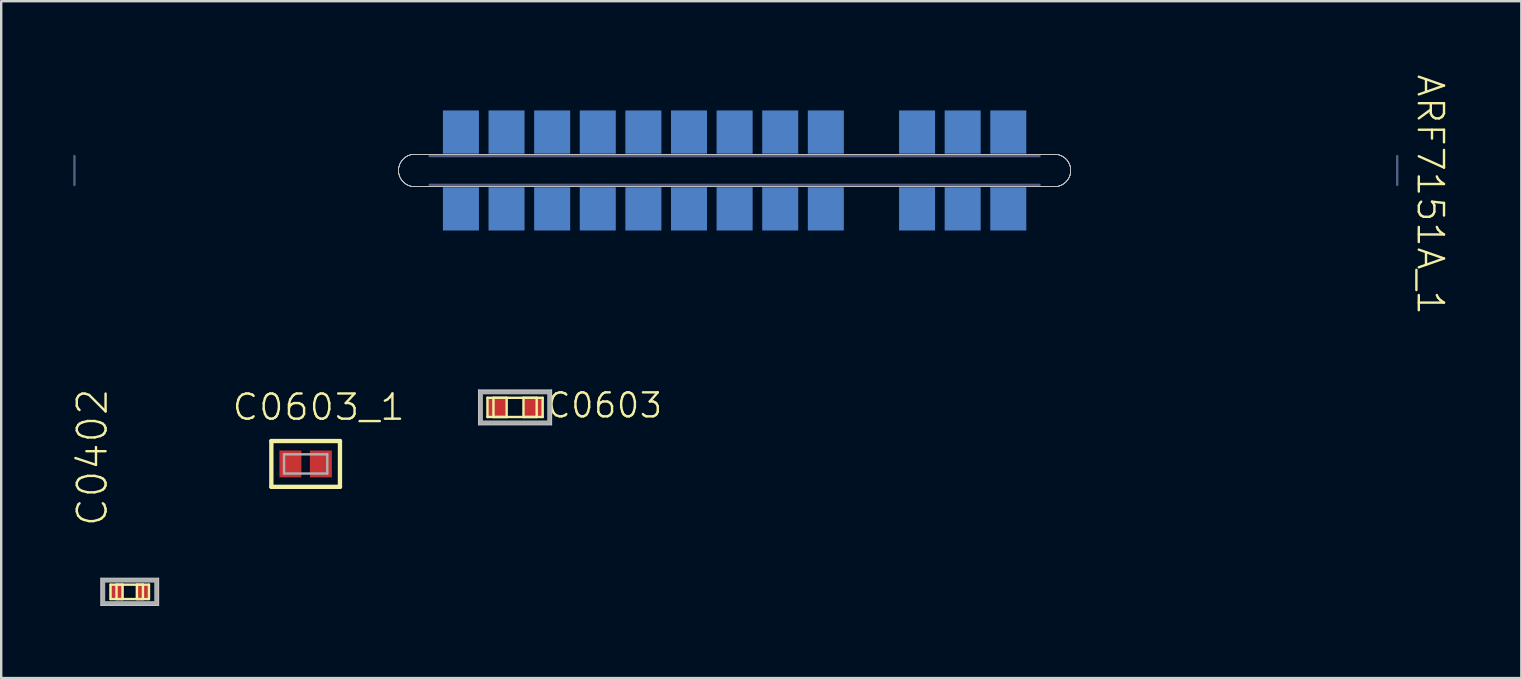
<source format=kicad_pcb>
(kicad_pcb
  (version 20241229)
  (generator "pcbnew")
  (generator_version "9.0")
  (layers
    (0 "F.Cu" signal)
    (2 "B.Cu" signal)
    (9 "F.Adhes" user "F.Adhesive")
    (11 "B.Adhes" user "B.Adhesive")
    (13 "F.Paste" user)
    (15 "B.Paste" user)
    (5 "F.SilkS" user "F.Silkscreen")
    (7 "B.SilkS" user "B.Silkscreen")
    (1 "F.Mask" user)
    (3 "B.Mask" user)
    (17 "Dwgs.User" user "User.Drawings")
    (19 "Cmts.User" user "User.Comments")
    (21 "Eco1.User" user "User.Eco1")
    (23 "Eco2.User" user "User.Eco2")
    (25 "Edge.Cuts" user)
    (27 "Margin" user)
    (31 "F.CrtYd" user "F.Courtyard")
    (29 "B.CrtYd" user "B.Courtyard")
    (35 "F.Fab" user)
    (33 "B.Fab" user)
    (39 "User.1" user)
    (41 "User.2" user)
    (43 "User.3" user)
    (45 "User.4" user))
  (footprint "C0603"
    (placed yes)
    (layer "F.Cu")
    (at 18.405 13.92)
    (property "Reference" "C0603" (at 1.259 0.5 0) (layer "F.SilkS") (effects (font (size 1 1) (thickness 0.1)) (justify left bottom)))
    (attr through_hole)
    (fp_line (start -1.15 -0.4) (end -1.15 0.4) (stroke (width 0.1) (type solid)) (layer "F.SilkS"))
    (fp_line (start -1.15 0.4) (end -0.35 0.4) (stroke (width 0.1) (type solid)) (layer "F.SilkS"))
    (fp_line (start -0.9 -0.4) (end -0.9 0.4) (stroke (width 0.1) (type solid)) (layer "F.SilkS"))
    (fp_line (start -0.9 0.4) (end 0.9 0.4) (stroke (width 0.1) (type solid)) (layer "F.SilkS"))
    (fp_line (start -0.35 -0.4) (end -1.15 -0.4) (stroke (width 0.1) (type solid)) (layer "F.SilkS"))
    (fp_line (start -0.35 0.4) (end -0.35 -0.4) (stroke (width 0.1) (type solid)) (layer "F.SilkS"))
    (fp_line (start 0.35 -0.4) (end 0.35 0.4) (stroke (width 0.1) (type solid)) (layer "F.SilkS"))
    (fp_line (start 0.35 0.4) (end 1.15 0.4) (stroke (width 0.1) (type solid)) (layer "F.SilkS"))
    (fp_line (start 0.9 -0.4) (end -0.9 -0.4) (stroke (width 0.1) (type solid)) (layer "F.SilkS"))
    (fp_line (start 0.9 0.4) (end 0.9 -0.4) (stroke (width 0.1) (type solid)) (layer "F.SilkS"))
    (fp_line (start 1.15 -0.4) (end 0.35 -0.4) (stroke (width 0.1) (type solid)) (layer "F.SilkS"))
    (fp_line (start 1.15 0.4) (end 1.15 -0.4) (stroke (width 0.1) (type solid)) (layer "F.SilkS"))
    (fp_line (start -1.519 -0.725) (end 1.519 -0.725) (stroke (width 0.05) (type solid)) (layer "Dwgs.User"))
    (fp_line (start -1.519 0.725) (end -1.519 -0.725) (stroke (width 0.05) (type solid)) (layer "Dwgs.User"))
    (fp_line (start 1.519 -0.725) (end 1.519 0.725) (stroke (width 0.05) (type solid)) (layer "Dwgs.User"))
    (fp_line (start 1.519 0.725) (end -1.519 0.725) (stroke (width 0.05) (type solid)) (layer "Dwgs.User"))
    (fp_line (start -1.429 -0.635) (end -1.429 0.635) (stroke (width 0.18) (type solid)) (layer "F.Fab"))
    (fp_line (start -1.429 0.635) (end 1.429 0.635) (stroke (width 0.18) (type solid)) (layer "F.Fab"))
    (fp_line (start 1.429 -0.635) (end -1.429 -0.635) (stroke (width 0.18) (type solid)) (layer "F.Fab"))
    (fp_line (start 1.429 0.635) (end 1.429 -0.635) (stroke (width 0.18) (type solid)) (layer "F.Fab"))
    (fp_poly (pts (xy 1.429 -0.635) (xy 1.429 0.635) (xy -1.429 0.635) (xy -1.429 -0.635)) (stroke (width 0.02) (type solid)) (fill no) (layer "F.Fab"))
    (pad "1" smd rect (at -0.75 0) (size 0.8 0.8) (layers "F.Cu" "F.Mask" "F.Paste"))
    (pad "2" smd rect (at 0.75 0) (size 0.8 0.8) (layers "F.Cu" "F.Mask" "F.Paste")))
  (footprint "C0603_1"
    (layer "F.Cu")
    (at 9.682 16.275)
    (property "Reference" "C0603_1" (at 0.539 -2.365 0) (unlocked yes) (layer "F.SilkS") (effects (font (size 1.05 1.104) (thickness 0.1))))
    (attr smd)
    (fp_line (start -1.429 -0.953) (end 1.429 -0.953) (stroke (width 0.18) (type solid)) (layer "F.SilkS"))
    (fp_line (start -1.429 0.953) (end -1.429 -0.953) (stroke (width 0.18) (type solid)) (layer "F.SilkS"))
    (fp_line (start -1.429 0.953) (end 1.429 0.953) (stroke (width 0.18) (type solid)) (layer "F.SilkS"))
    (fp_line (start 1.429 0.953) (end 1.429 -0.953) (stroke (width 0.18) (type solid)) (layer "F.SilkS"))
    (fp_line (start -0.9 -0.4) (end 0.9 -0.4) (stroke (width 0.1) (type solid)) (layer "F.Fab"))
    (fp_line (start -0.9 0.4) (end -0.9 -0.4) (stroke (width 0.1) (type solid)) (layer "F.Fab"))
    (fp_line (start -0.9 0.4) (end 0.9 0.4) (stroke (width 0.1) (type solid)) (layer "F.Fab"))
    (fp_line (start 0.9 0.4) (end 0.9 -0.4) (stroke (width 0.1) (type solid)) (layer "F.Fab"))
    (pad "1" smd rect (at -0.635 0) (size 0.914 1.118) (layers "F.Cu" "F.Mask" "F.Paste"))
    (pad "2" smd rect (at 0.635 0) (size 0.914 1.118) (layers "F.Cu" "F.Mask" "F.Paste")))
  (footprint "ARF7151A_1"
    (layer "F.Cu")
    (at 27.55 4.051)
    (property "Reference" "ARF7151A_1" (at 28.98 1.01 270) (unlocked yes) (layer "F.SilkS") (effects (font (size 1.05 1.104) (thickness 0.1))))
    (attr smd)
    (fp_line (start -13.325 -0.675) (end 13.325 -0.675) (stroke (width 0.025) (type solid)) (layer "Dwgs.User"))
    (fp_line (start -13.325 -0.675) (end 13.325 -0.675) (stroke (width 0.025) (type solid)) (layer "Dwgs.User"))
    (fp_line (start -13.325 -0.675) (end 13.325 -0.675) (stroke (width 0.025) (type solid)) (layer "Dwgs.User"))
    (fp_line (start -13.325 -0.675) (end 13.325 -0.675) (stroke (width 0.025) (type solid)) (layer "Dwgs.User"))
    (fp_line (start -13.325 -0.675) (end 13.325 -0.675) (stroke (width 0.025) (type solid)) (layer "Dwgs.User"))
    (fp_line (start -13.325 0.675) (end 13.325 0.675) (stroke (width 0.025) (type solid)) (layer "Dwgs.User"))
    (fp_line (start -13.325 0.675) (end 13.325 0.675) (stroke (width 0.025) (type solid)) (layer "Dwgs.User"))
    (fp_line (start -13.325 0.675) (end 13.325 0.675) (stroke (width 0.025) (type solid)) (layer "Dwgs.User"))
    (fp_line (start -13.325 0.675) (end 13.325 0.675) (stroke (width 0.025) (type solid)) (layer "Dwgs.User"))
    (fp_line (start -13.325 0.675) (end 13.325 0.675) (stroke (width 0.025) (type solid)) (layer "Dwgs.User"))
    (fp_arc (start -14 0) (mid -13.802297 -0.477297) (end -13.325 -0.675) (stroke (width 0.0254) (type solid)) (layer "Dwgs.User"))
    (fp_arc (start -14 0) (mid -13.802297 -0.477297) (end -13.325 -0.675) (stroke (width 0.0254) (type solid)) (layer "Dwgs.User"))
    (fp_arc (start -14 0) (mid -13.802297 -0.477297) (end -13.325 -0.675) (stroke (width 0.0254) (type solid)) (layer "Dwgs.User"))
    (fp_arc (start -14 0) (mid -13.802297 -0.477297) (end -13.325 -0.675) (stroke (width 0.0254) (type solid)) (layer "Dwgs.User"))
    (fp_arc (start -14 0) (mid -13.802297 -0.477297) (end -13.325 -0.675) (stroke (width 0.0254) (type solid)) (layer "Dwgs.User"))
    (fp_arc (start -13.325 0.675) (mid -13.802297 0.477297) (end -14 0) (stroke (width 0.0254) (type solid)) (layer "Dwgs.User"))
    (fp_arc (start -13.325 0.675) (mid -13.802297 0.477297) (end -14 0) (stroke (width 0.0254) (type solid)) (layer "Dwgs.User"))
    (fp_arc (start -13.325 0.675) (mid -13.802297 0.477297) (end -14 0) (stroke (width 0.0254) (type solid)) (layer "Dwgs.User"))
    (fp_arc (start -13.325 0.675) (mid -13.802297 0.477297) (end -14 0) (stroke (width 0.0254) (type solid)) (layer "Dwgs.User"))
    (fp_arc (start -13.325 0.675) (mid -13.802297 0.477297) (end -14 0) (stroke (width 0.0254) (type solid)) (layer "Dwgs.User"))
    (fp_arc (start 13.325 -0.675) (mid 13.802297 -0.477297) (end 14 0) (stroke (width 0.0254) (type solid)) (layer "Dwgs.User"))
    (fp_arc (start 13.325 -0.675) (mid 13.802297 -0.477297) (end 14 0) (stroke (width 0.0254) (type solid)) (layer "Dwgs.User"))
    (fp_arc (start 13.325 -0.675) (mid 13.802297 -0.477297) (end 14 0) (stroke (width 0.0254) (type solid)) (layer "Dwgs.User"))
    (fp_arc (start 13.325 -0.675) (mid 13.802297 -0.477297) (end 14 0) (stroke (width 0.0254) (type solid)) (layer "Dwgs.User"))
    (fp_arc (start 13.325 -0.675) (mid 13.802297 -0.477297) (end 14 0) (stroke (width 0.0254) (type solid)) (layer "Dwgs.User"))
    (fp_arc (start 14 0) (mid 13.802297 0.477297) (end 13.325 0.675) (stroke (width 0.0254) (type solid)) (layer "Dwgs.User"))
    (fp_arc (start 14 0) (mid 13.802297 0.477297) (end 13.325 0.675) (stroke (width 0.0254) (type solid)) (layer "Dwgs.User"))
    (fp_arc (start 14 0) (mid 13.802297 0.477297) (end 13.325 0.675) (stroke (width 0.0254) (type solid)) (layer "Dwgs.User"))
    (fp_arc (start 14 0) (mid 13.802297 0.477297) (end 13.325 0.675) (stroke (width 0.0254) (type solid)) (layer "Dwgs.User"))
    (fp_arc (start 14 0) (mid 13.802297 0.477297) (end 13.325 0.675) (stroke (width 0.0254) (type solid)) (layer "Dwgs.User"))
    (fp_line (start -27.5 0.6) (end -27.5 -0.6) (stroke (width 0.1) (type solid)) (layer "B.Fab"))
    (fp_line (start -12.7 -0.6) (end 12.7 -0.6) (stroke (width 0.1) (type solid)) (layer "B.Fab"))
    (fp_line (start -12.7 0.6) (end 12.7 0.6) (stroke (width 0.1) (type solid)) (layer "B.Fab"))
    (fp_line (start 27.6 0.6) (end 27.6 -0.6) (stroke (width 0.1) (type solid)) (layer "B.Fab"))
    (pad "1" smd rect (at -11.4 1.6) (size 1.5 1.8) (layers "B.Cu" "B.Mask" "B.Paste"))
    (pad "2" smd rect (at -11.4 -1.6) (size 1.5 1.8) (layers "B.Cu" "B.Mask" "B.Paste"))
    (pad "3" smd rect (at -9.5 1.6) (size 1.5 1.8) (layers "B.Cu" "B.Mask" "B.Paste"))
    (pad "4" smd rect (at -9.5 -1.6) (size 1.5 1.8) (layers "B.Cu" "B.Mask" "B.Paste"))
    (pad "5" smd rect (at -7.6 1.6) (size 1.5 1.8) (layers "B.Cu" "B.Mask" "B.Paste"))
    (pad "6" smd rect (at -7.6 -1.6) (size 1.5 1.8) (layers "B.Cu" "B.Mask" "B.Paste"))
    (pad "7" smd rect (at -5.7 1.6) (size 1.5 1.8) (layers "B.Cu" "B.Mask" "B.Paste"))
    (pad "8" smd rect (at -5.7 -1.6) (size 1.5 1.8) (layers "B.Cu" "B.Mask" "B.Paste"))
    (pad "9" smd rect (at -3.8 1.6) (size 1.5 1.8) (layers "B.Cu" "B.Mask" "B.Paste"))
    (pad "10" smd rect (at -3.8 -1.6) (size 1.5 1.8) (layers "B.Cu" "B.Mask" "B.Paste"))
    (pad "11" smd rect (at -1.9 1.6) (size 1.5 1.8) (layers "B.Cu" "B.Mask" "B.Paste"))
    (pad "12" smd rect (at -1.9 -1.6) (size 1.5 1.8) (layers "B.Cu" "B.Mask" "B.Paste"))
    (pad "13" smd rect (at 0 1.6) (size 1.5 1.8) (layers "B.Cu" "B.Mask" "B.Paste"))
    (pad "14" smd rect (at 0 -1.6) (size 1.5 1.8) (layers "B.Cu" "B.Mask" "B.Paste"))
    (pad "15" smd rect (at 1.9 1.6) (size 1.5 1.8) (layers "B.Cu" "B.Mask" "B.Paste"))
    (pad "16" smd rect (at 1.9 -1.6) (size 1.5 1.8) (layers "B.Cu" "B.Mask" "B.Paste"))
    (pad "17" smd rect (at 3.8 1.6) (size 1.5 1.8) (layers "B.Cu" "B.Mask" "B.Paste"))
    (pad "18" smd rect (at 3.8 -1.6) (size 1.5 1.8) (layers "B.Cu" "B.Mask" "B.Paste"))
    (pad "19" smd rect (at 7.6 1.6) (size 1.5 1.8) (layers "B.Cu" "B.Mask" "B.Paste"))
    (pad "20" smd rect (at 7.6 -1.6) (size 1.5 1.8) (layers "B.Cu" "B.Mask" "B.Paste"))
    (pad "21" smd rect (at 9.5 1.6) (size 1.5 1.8) (layers "B.Cu" "B.Mask" "B.Paste"))
    (pad "22" smd rect (at 9.5 -1.6) (size 1.5 1.8) (layers "B.Cu" "B.Mask" "B.Paste"))
    (pad "23" smd rect (at 11.4 1.6) (size 1.5 1.8) (layers "B.Cu" "B.Mask" "B.Paste"))
    (pad "24" smd rect (at 11.4 -1.6) (size 1.5 1.8) (layers "B.Cu" "B.Mask" "B.Paste")))
  (footprint "C0402"
    (placed yes)
    (layer "F.Cu")
    (at 2.354 21.603)
    (property "Reference" "C0402" (at -0.854 -2.651 90) (layer "F.SilkS") (effects (font (size 1.2 1.2) (thickness 0.1)) (justify left bottom)))
    (attr through_hole)
    (fp_line (start -0.8 -0.3) (end -0.8 0.3) (stroke (width 0.1) (type solid)) (layer "F.SilkS"))
    (fp_line (start -0.8 0.3) (end -0.3 0.3) (stroke (width 0.1) (type solid)) (layer "F.SilkS"))
    (fp_line (start -0.55 -0.3) (end -0.55 0.3) (stroke (width 0.1) (type solid)) (layer "F.SilkS"))
    (fp_line (start -0.55 0.3) (end 0.55 0.3) (stroke (width 0.1) (type solid)) (layer "F.SilkS"))
    (fp_line (start -0.3 -0.3) (end -0.8 -0.3) (stroke (width 0.1) (type solid)) (layer "F.SilkS"))
    (fp_line (start -0.3 0.3) (end -0.3 -0.3) (stroke (width 0.1) (type solid)) (layer "F.SilkS"))
    (fp_line (start 0.3 -0.3) (end 0.3 0.3) (stroke (width 0.1) (type solid)) (layer "F.SilkS"))
    (fp_line (start 0.3 0.3) (end 0.8 0.3) (stroke (width 0.1) (type solid)) (layer "F.SilkS"))
    (fp_line (start 0.55 -0.3) (end -0.55 -0.3) (stroke (width 0.1) (type solid)) (layer "F.SilkS"))
    (fp_line (start 0.55 0.3) (end 0.55 -0.3) (stroke (width 0.1) (type solid)) (layer "F.SilkS"))
    (fp_line (start 0.8 -0.3) (end 0.3 -0.3) (stroke (width 0.1) (type solid)) (layer "F.SilkS"))
    (fp_line (start 0.8 0.3) (end 0.8 -0.3) (stroke (width 0.1) (type solid)) (layer "F.SilkS"))
    (fp_line (start -1.202 -0.566) (end 1.201 -0.566) (stroke (width 0.05) (type solid)) (layer "Dwgs.User"))
    (fp_line (start -1.202 0.566) (end -1.202 -0.566) (stroke (width 0.05) (type solid)) (layer "Dwgs.User"))
    (fp_line (start 1.201 -0.566) (end 1.201 0.566) (stroke (width 0.05) (type solid)) (layer "Dwgs.User"))
    (fp_line (start 1.201 0.566) (end -1.202 0.566) (stroke (width 0.05) (type solid)) (layer "Dwgs.User"))
    (fp_line (start -1.112 -0.476) (end -1.112 0.476) (stroke (width 0.18) (type solid)) (layer "F.Fab"))
    (fp_line (start -1.112 0.476) (end 1.111 0.476) (stroke (width 0.18) (type solid)) (layer "F.Fab"))
    (fp_line (start 1.111 -0.476) (end -1.112 -0.476) (stroke (width 0.18) (type solid)) (layer "F.Fab"))
    (fp_line (start 1.111 0.476) (end 1.111 -0.476) (stroke (width 0.18) (type solid)) (layer "F.Fab"))
    (fp_poly (pts (xy -1.111 -0.476) (xy 1.111 -0.476) (xy 1.111 0.476) (xy -1.111 0.476)) (stroke (width 0.02) (type solid)) (fill no) (layer "F.Fab"))
    (pad "1" smd rect (at -0.55 0 270) (size 0.5 0.6) (layers "F.Cu" "F.Mask" "F.Paste"))
    (pad "2" smd rect (at 0.55 0 270) (size 0.5 0.6) (layers "F.Cu" "F.Mask" "F.Paste")))
  (gr_rect
    (start -3 -3)
    (end 60.32 25.194)
    (stroke (width 0.1) (type default))
    (fill no)
    (layer "Edge.Cuts")))
</source>
